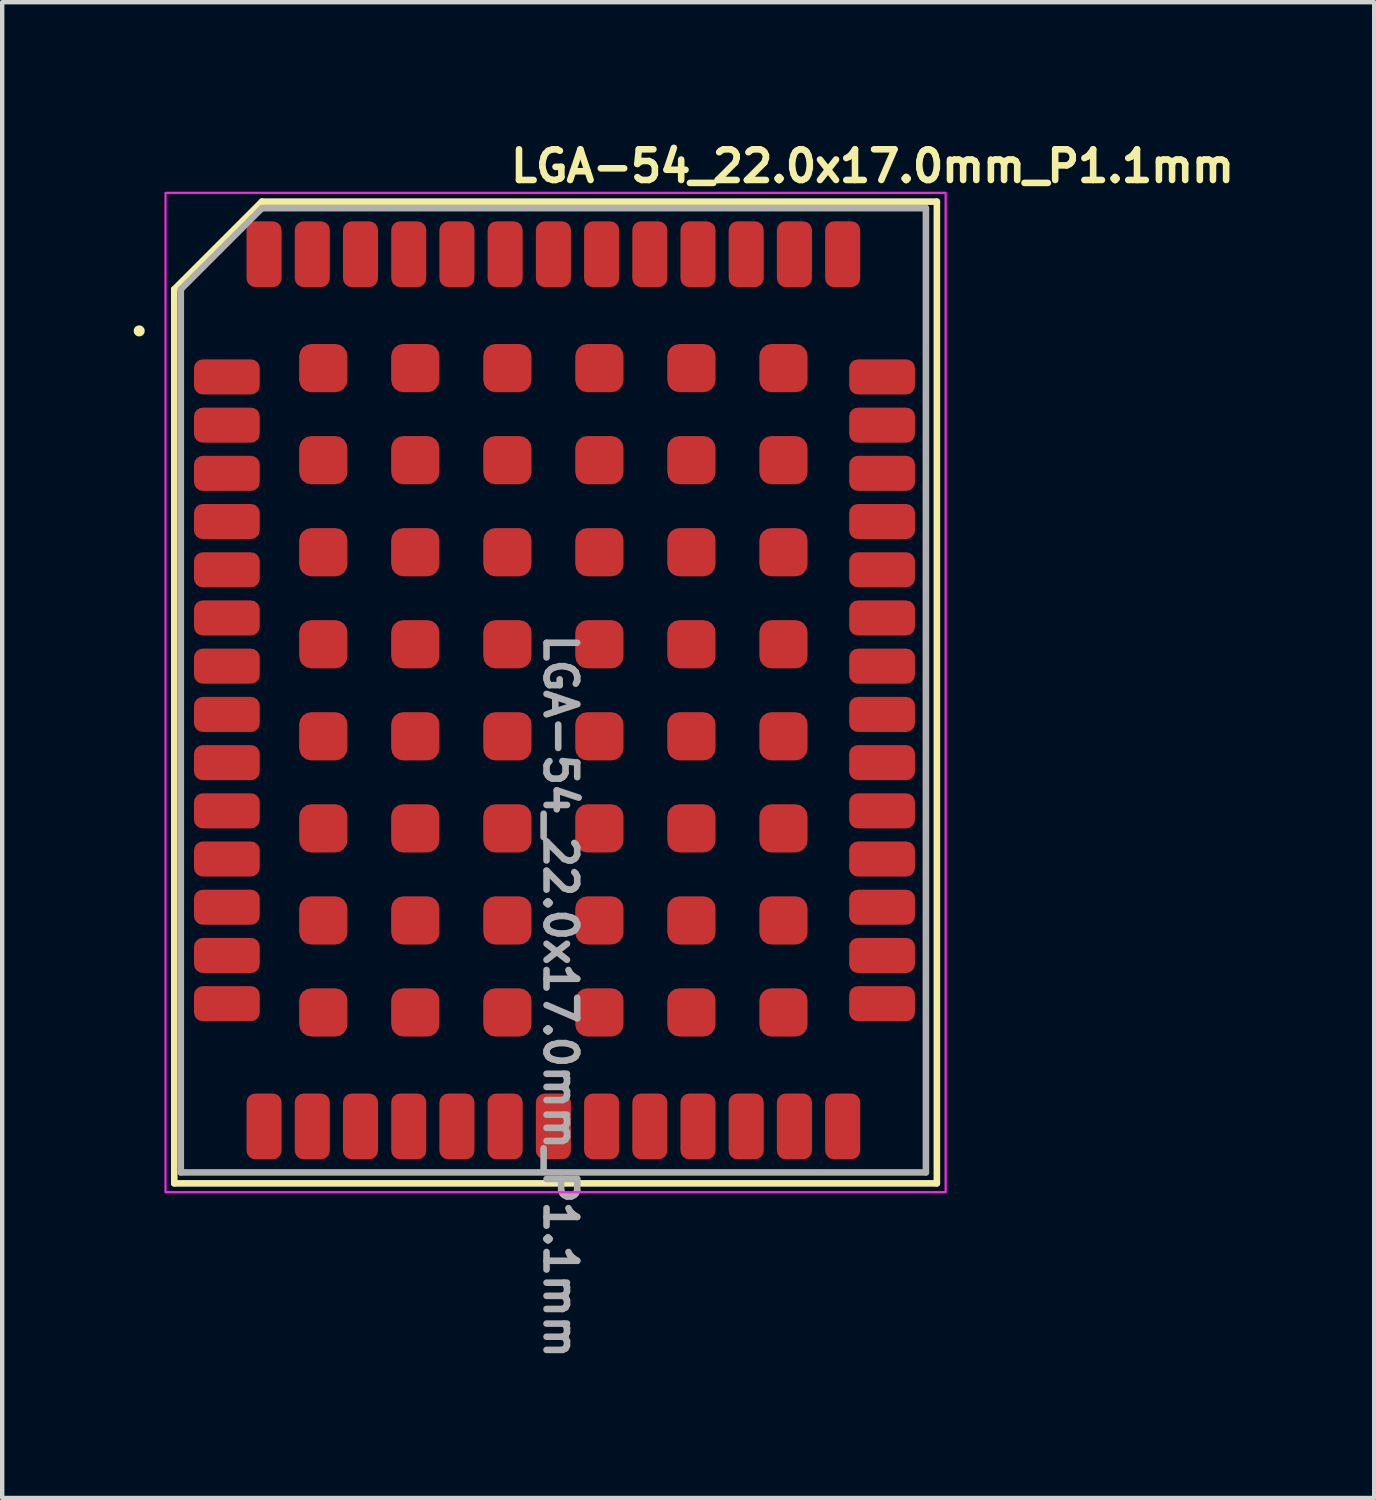
<source format=kicad_pcb>
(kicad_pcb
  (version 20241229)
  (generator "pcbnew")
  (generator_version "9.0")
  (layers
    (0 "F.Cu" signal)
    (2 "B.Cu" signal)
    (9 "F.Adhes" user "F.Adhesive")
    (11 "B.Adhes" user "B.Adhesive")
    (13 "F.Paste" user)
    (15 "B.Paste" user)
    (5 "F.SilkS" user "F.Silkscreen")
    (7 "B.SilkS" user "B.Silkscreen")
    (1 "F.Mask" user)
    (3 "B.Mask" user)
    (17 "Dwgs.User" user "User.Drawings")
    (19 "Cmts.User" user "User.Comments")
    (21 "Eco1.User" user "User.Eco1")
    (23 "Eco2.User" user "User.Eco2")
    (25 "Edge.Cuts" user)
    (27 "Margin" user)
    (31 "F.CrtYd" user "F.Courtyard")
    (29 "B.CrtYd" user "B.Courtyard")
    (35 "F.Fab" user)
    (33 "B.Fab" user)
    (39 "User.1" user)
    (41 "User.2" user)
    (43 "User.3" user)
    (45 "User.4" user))
  (footprint "LGA-54_22.0x17.0mm_P1.1mm"
    (layer "F.Cu")
    (at 2.126 5.55)
    (property "Reference" "LGA-54_22.0x17.0mm_P1.1mm" (at 6.4 -4.4 0) (unlocked yes) (layer "F.SilkS") (effects (font (size 0.7 0.7) (thickness 0.15)) (justify left bottom)))
    (attr smd)
    (fp_line (start -1.2 -2) (end -1.2 18.399) (stroke (width 0.15) (type solid)) (layer "F.SilkS"))
    (fp_line (start -1.2 18.399) (end 16.199 18.399) (stroke (width 0.15) (type solid)) (layer "F.SilkS"))
    (fp_line (start 0.8 -4) (end -1.2 -2) (stroke (width 0.15) (type solid)) (layer "F.SilkS"))
    (fp_line (start 16.199 -4) (end 0.8 -4) (stroke (width 0.15) (type solid)) (layer "F.SilkS"))
    (fp_line (start 16.199 18.399) (end 16.199 -4) (stroke (width 0.15) (type solid)) (layer "F.SilkS"))
    (fp_circle (center -2 -1.05) (end -1.949 -1.05) (stroke (width 0.15) (type solid)) (fill yes) (layer "F.SilkS"))
    (fp_rect (start 16.4 -4.2) (end -1.4 18.6) (stroke (width 0.05) (type solid)) (fill no) (layer "F.CrtYd"))
    (fp_line (start -1.051 -2) (end -1.051 18.149) (stroke (width 0.15) (type solid)) (layer "F.Fab"))
    (fp_line (start -1.051 -2) (end 0.8 -3.851) (stroke (width 0.15) (type solid)) (layer "F.Fab"))
    (fp_line (start -1.051 18.149) (end 15.949 18.149) (stroke (width 0.15) (type solid)) (layer "F.Fab"))
    (fp_line (start 15.949 -3.851) (end 0.8 -3.851) (stroke (width 0.15) (type solid)) (layer "F.Fab"))
    (fp_line (start 15.949 18.149) (end 15.949 -3.851) (stroke (width 0.15) (type solid)) (layer "F.Fab"))
    (fp_text user "${REFERENCE}" (at 7.2 5.8 270) (unlocked yes) (layer "F.Fab") (effects (font (size 0.7 0.7) (thickness 0.15)) (justify left bottom)))
    (pad "1" smd roundrect (at 0 0) (size 1.5 0.8) (layers "F.Cu" "F.Mask" "F.Paste") (roundrect_rratio 0.25))
    (pad "2" smd roundrect (at 0 1.1) (size 1.5 0.8) (layers "F.Cu" "F.Mask" "F.Paste") (roundrect_rratio 0.25))
    (pad "3" smd roundrect (at 0 2.2) (size 1.5 0.8) (layers "F.Cu" "F.Mask" "F.Paste") (roundrect_rratio 0.25))
    (pad "4" smd roundrect (at 0 3.299) (size 1.5 0.8) (layers "F.Cu" "F.Mask" "F.Paste") (roundrect_rratio 0.25))
    (pad "5" smd roundrect (at 0 4.4) (size 1.5 0.8) (layers "F.Cu" "F.Mask" "F.Paste") (roundrect_rratio 0.25))
    (pad "6" smd roundrect (at 0 5.499) (size 1.5 0.8) (layers "F.Cu" "F.Mask" "F.Paste") (roundrect_rratio 0.25))
    (pad "7" smd roundrect (at 0 6.599) (size 1.5 0.8) (layers "F.Cu" "F.Mask" "F.Paste") (roundrect_rratio 0.25))
    (pad "8" smd roundrect (at 0 7.7) (size 1.5 0.8) (layers "F.Cu" "F.Mask" "F.Paste") (roundrect_rratio 0.25))
    (pad "9" smd roundrect (at 0 8.8) (size 1.5 0.8) (layers "F.Cu" "F.Mask" "F.Paste") (roundrect_rratio 0.25))
    (pad "10" smd roundrect (at 0 9.9) (size 1.5 0.8) (layers "F.Cu" "F.Mask" "F.Paste") (roundrect_rratio 0.25))
    (pad "11" smd roundrect (at 0 10.999) (size 1.5 0.8) (layers "F.Cu" "F.Mask" "F.Paste") (roundrect_rratio 0.25))
    (pad "12" smd roundrect (at 0 12.099) (size 1.5 0.8) (layers "F.Cu" "F.Mask" "F.Paste") (roundrect_rratio 0.25))
    (pad "13" smd roundrect (at 0 13.199) (size 1.5 0.8) (layers "F.Cu" "F.Mask" "F.Paste") (roundrect_rratio 0.25))
    (pad "14" smd roundrect (at 0 14.3) (size 1.5 0.8) (layers "F.Cu" "F.Mask" "F.Paste") (roundrect_rratio 0.25))
    (pad "15" smd roundrect (at 0.849 17.1 90) (size 1.5 0.8) (layers "F.Cu" "F.Mask" "F.Paste") (roundrect_rratio 0.25))
    (pad "16" smd roundrect (at 1.949 17.1 90) (size 1.5 0.8) (layers "F.Cu" "F.Mask" "F.Paste") (roundrect_rratio 0.25))
    (pad "17" smd roundrect (at 3.049 17.1 90) (size 1.5 0.8) (layers "F.Cu" "F.Mask" "F.Paste") (roundrect_rratio 0.25))
    (pad "18" smd roundrect (at 4.15 17.1 90) (size 1.5 0.8) (layers "F.Cu" "F.Mask" "F.Paste") (roundrect_rratio 0.25))
    (pad "19" smd roundrect (at 5.249 17.1 90) (size 1.5 0.8) (layers "F.Cu" "F.Mask" "F.Paste") (roundrect_rratio 0.25))
    (pad "20" smd roundrect (at 6.349 17.1 90) (size 1.5 0.8) (layers "F.Cu" "F.Mask" "F.Paste") (roundrect_rratio 0.25))
    (pad "21" smd roundrect (at 7.45 17.1 90) (size 1.5 0.8) (layers "F.Cu" "F.Mask" "F.Paste") (roundrect_rratio 0.25))
    (pad "22" smd roundrect (at 8.55 17.1 90) (size 1.5 0.8) (layers "F.Cu" "F.Mask" "F.Paste") (roundrect_rratio 0.25))
    (pad "23" smd roundrect (at 9.65 17.1 90) (size 1.5 0.8) (layers "F.Cu" "F.Mask" "F.Paste") (roundrect_rratio 0.25))
    (pad "24" smd roundrect (at 10.749 17.1 90) (size 1.5 0.8) (layers "F.Cu" "F.Mask" "F.Paste") (roundrect_rratio 0.25))
    (pad "25" smd roundrect (at 11.849 17.1 90) (size 1.5 0.8) (layers "F.Cu" "F.Mask" "F.Paste") (roundrect_rratio 0.25))
    (pad "26" smd roundrect (at 12.949 17.1 90) (size 1.5 0.8) (layers "F.Cu" "F.Mask" "F.Paste") (roundrect_rratio 0.25))
    (pad "27" smd roundrect (at 14.05 17.1 90) (size 1.5 0.8) (layers "F.Cu" "F.Mask" "F.Paste") (roundrect_rratio 0.25))
    (pad "28" smd roundrect (at 14.949 14.3) (size 1.5 0.8) (layers "F.Cu" "F.Mask" "F.Paste") (roundrect_rratio 0.25))
    (pad "29" smd roundrect (at 14.949 13.199) (size 1.5 0.8) (layers "F.Cu" "F.Mask" "F.Paste") (roundrect_rratio 0.25))
    (pad "30" smd roundrect (at 14.949 12.099) (size 1.5 0.8) (layers "F.Cu" "F.Mask" "F.Paste") (roundrect_rratio 0.25))
    (pad "31" smd roundrect (at 14.949 10.999) (size 1.5 0.8) (layers "F.Cu" "F.Mask" "F.Paste") (roundrect_rratio 0.25))
    (pad "32" smd roundrect (at 14.949 9.9) (size 1.5 0.8) (layers "F.Cu" "F.Mask" "F.Paste") (roundrect_rratio 0.25))
    (pad "33" smd roundrect (at 14.949 8.8) (size 1.5 0.8) (layers "F.Cu" "F.Mask" "F.Paste") (roundrect_rratio 0.25))
    (pad "34" smd roundrect (at 14.949 7.7) (size 1.5 0.8) (layers "F.Cu" "F.Mask" "F.Paste") (roundrect_rratio 0.25))
    (pad "35" smd roundrect (at 14.949 6.599) (size 1.5 0.8) (layers "F.Cu" "F.Mask" "F.Paste") (roundrect_rratio 0.25))
    (pad "36" smd roundrect (at 14.949 5.499) (size 1.5 0.8) (layers "F.Cu" "F.Mask" "F.Paste") (roundrect_rratio 0.25))
    (pad "37" smd roundrect (at 14.949 4.4) (size 1.5 0.8) (layers "F.Cu" "F.Mask" "F.Paste") (roundrect_rratio 0.25))
    (pad "38" smd roundrect (at 14.949 3.299) (size 1.5 0.8) (layers "F.Cu" "F.Mask" "F.Paste") (roundrect_rratio 0.25))
    (pad "39" smd roundrect (at 14.949 2.2) (size 1.5 0.8) (layers "F.Cu" "F.Mask" "F.Paste") (roundrect_rratio 0.25))
    (pad "40" smd roundrect (at 14.949 1.1) (size 1.5 0.8) (layers "F.Cu" "F.Mask" "F.Paste") (roundrect_rratio 0.25))
    (pad "41" smd roundrect (at 14.949 0) (size 1.5 0.8) (layers "F.Cu" "F.Mask" "F.Paste") (roundrect_rratio 0.25))
    (pad "42" smd roundrect (at 14.05 -2.8 90) (size 1.5 0.8) (layers "F.Cu" "F.Mask" "F.Paste") (roundrect_rratio 0.25))
    (pad "43" smd roundrect (at 12.949 -2.8 90) (size 1.5 0.8) (layers "F.Cu" "F.Mask" "F.Paste") (roundrect_rratio 0.25))
    (pad "44" smd roundrect (at 11.849 -2.8 90) (size 1.5 0.8) (layers "F.Cu" "F.Mask" "F.Paste") (roundrect_rratio 0.25))
    (pad "45" smd roundrect (at 10.749 -2.8 90) (size 1.5 0.8) (layers "F.Cu" "F.Mask" "F.Paste") (roundrect_rratio 0.25))
    (pad "46" smd roundrect (at 9.65 -2.8 90) (size 1.5 0.8) (layers "F.Cu" "F.Mask" "F.Paste") (roundrect_rratio 0.25))
    (pad "47" smd roundrect (at 8.55 -2.8 90) (size 1.5 0.8) (layers "F.Cu" "F.Mask" "F.Paste") (roundrect_rratio 0.25))
    (pad "48" smd roundrect (at 7.45 -2.8 90) (size 1.5 0.8) (layers "F.Cu" "F.Mask" "F.Paste") (roundrect_rratio 0.25))
    (pad "49" smd roundrect (at 6.349 -2.8 90) (size 1.5 0.8) (layers "F.Cu" "F.Mask" "F.Paste") (roundrect_rratio 0.25))
    (pad "50" smd roundrect (at 5.249 -2.8 90) (size 1.5 0.8) (layers "F.Cu" "F.Mask" "F.Paste") (roundrect_rratio 0.25))
    (pad "51" smd roundrect (at 4.15 -2.8 90) (size 1.5 0.8) (layers "F.Cu" "F.Mask" "F.Paste") (roundrect_rratio 0.25))
    (pad "52" smd roundrect (at 3.049 -2.8 90) (size 1.5 0.8) (layers "F.Cu" "F.Mask" "F.Paste") (roundrect_rratio 0.25))
    (pad "53" smd roundrect (at 1.949 -2.8 90) (size 1.5 0.8) (layers "F.Cu" "F.Mask" "F.Paste") (roundrect_rratio 0.25))
    (pad "54" smd roundrect (at 0.849 -2.8 90) (size 1.5 0.8) (layers "F.Cu" "F.Mask" "F.Paste") (roundrect_rratio 0.25))
    (pad "55" smd roundrect (at 2.2 -0.201 90) (size 1.1 1.1) (layers "F.Cu" "F.Mask" "F.Paste") (roundrect_rratio 0.25))
    (pad "55" smd roundrect (at 2.2 1.899 90) (size 1.1 1.1) (layers "F.Cu" "F.Mask" "F.Paste") (roundrect_rratio 0.25))
    (pad "55" smd roundrect (at 2.2 3.999 270) (size 1.1 1.1) (layers "F.Cu" "F.Mask" "F.Paste") (roundrect_rratio 0.25))
    (pad "55" smd roundrect (at 2.2 6.099 270) (size 1.1 1.1) (layers "F.Cu" "F.Mask" "F.Paste") (roundrect_rratio 0.25))
    (pad "55" smd roundrect (at 2.2 8.199 90) (size 1.1 1.1) (layers "F.Cu" "F.Mask" "F.Paste") (roundrect_rratio 0.25))
    (pad "55" smd roundrect (at 2.2 10.3 90) (size 1.1 1.1) (layers "F.Cu" "F.Mask" "F.Paste") (roundrect_rratio 0.25))
    (pad "55" smd roundrect (at 2.2 12.4 270) (size 1.1 1.1) (layers "F.Cu" "F.Mask" "F.Paste") (roundrect_rratio 0.25))
    (pad "55" smd roundrect (at 2.2 14.499 270) (size 1.1 1.1) (layers "F.Cu" "F.Mask" "F.Paste") (roundrect_rratio 0.25))
    (pad "55" smd roundrect (at 4.299 -0.201 90) (size 1.1 1.1) (layers "F.Cu" "F.Mask" "F.Paste") (roundrect_rratio 0.25))
    (pad "55" smd roundrect (at 4.299 1.899 90) (size 1.1 1.1) (layers "F.Cu" "F.Mask" "F.Paste") (roundrect_rratio 0.25))
    (pad "55" smd roundrect (at 4.299 3.999 270) (size 1.1 1.1) (layers "F.Cu" "F.Mask" "F.Paste") (roundrect_rratio 0.25))
    (pad "55" smd roundrect (at 4.299 6.099 270) (size 1.1 1.1) (layers "F.Cu" "F.Mask" "F.Paste") (roundrect_rratio 0.25))
    (pad "55" smd roundrect (at 4.299 8.199 90) (size 1.1 1.1) (layers "F.Cu" "F.Mask" "F.Paste") (roundrect_rratio 0.25))
    (pad "55" smd roundrect (at 4.299 10.3 90) (size 1.1 1.1) (layers "F.Cu" "F.Mask" "F.Paste") (roundrect_rratio 0.25))
    (pad "55" smd roundrect (at 4.299 12.4 270) (size 1.1 1.1) (layers "F.Cu" "F.Mask" "F.Paste") (roundrect_rratio 0.25))
    (pad "55" smd roundrect (at 4.299 14.499 270) (size 1.1 1.1) (layers "F.Cu" "F.Mask" "F.Paste") (roundrect_rratio 0.25))
    (pad "55" smd roundrect (at 6.4 -0.201 90) (size 1.1 1.1) (layers "F.Cu" "F.Mask" "F.Paste") (roundrect_rratio 0.25))
    (pad "55" smd roundrect (at 6.4 1.899 90) (size 1.1 1.1) (layers "F.Cu" "F.Mask" "F.Paste") (roundrect_rratio 0.25))
    (pad "55" smd roundrect (at 6.4 3.999 270) (size 1.1 1.1) (layers "F.Cu" "F.Mask" "F.Paste") (roundrect_rratio 0.25))
    (pad "55" smd roundrect (at 6.4 6.099 270) (size 1.1 1.1) (layers "F.Cu" "F.Mask" "F.Paste") (roundrect_rratio 0.25))
    (pad "55" smd roundrect (at 6.4 8.199 90) (size 1.1 1.1) (layers "F.Cu" "F.Mask" "F.Paste") (roundrect_rratio 0.25))
    (pad "55" smd roundrect (at 6.4 10.3 90) (size 1.1 1.1) (layers "F.Cu" "F.Mask" "F.Paste") (roundrect_rratio 0.25))
    (pad "55" smd roundrect (at 6.4 12.4 270) (size 1.1 1.1) (layers "F.Cu" "F.Mask" "F.Paste") (roundrect_rratio 0.25))
    (pad "55" smd roundrect (at 6.4 14.499 270) (size 1.1 1.1) (layers "F.Cu" "F.Mask" "F.Paste") (roundrect_rratio 0.25))
    (pad "55" smd roundrect (at 8.499 -0.201 90) (size 1.1 1.1) (layers "F.Cu" "F.Mask" "F.Paste") (roundrect_rratio 0.25))
    (pad "55" smd roundrect (at 8.499 1.899 90) (size 1.1 1.1) (layers "F.Cu" "F.Mask" "F.Paste") (roundrect_rratio 0.25))
    (pad "55" smd roundrect (at 8.499 3.999 270) (size 1.1 1.1) (layers "F.Cu" "F.Mask" "F.Paste") (roundrect_rratio 0.25))
    (pad "55" smd roundrect (at 8.499 6.099 270) (size 1.1 1.1) (layers "F.Cu" "F.Mask" "F.Paste") (roundrect_rratio 0.25))
    (pad "55" smd roundrect (at 8.499 8.199 90) (size 1.1 1.1) (layers "F.Cu" "F.Mask" "F.Paste") (roundrect_rratio 0.25))
    (pad "55" smd roundrect (at 8.499 10.3 90) (size 1.1 1.1) (layers "F.Cu" "F.Mask" "F.Paste") (roundrect_rratio 0.25))
    (pad "55" smd roundrect (at 8.499 12.4 270) (size 1.1 1.1) (layers "F.Cu" "F.Mask" "F.Paste") (roundrect_rratio 0.25))
    (pad "55" smd roundrect (at 8.499 14.499 270) (size 1.1 1.1) (layers "F.Cu" "F.Mask" "F.Paste") (roundrect_rratio 0.25))
    (pad "55" smd roundrect (at 10.599 -0.201 90) (size 1.1 1.1) (layers "F.Cu" "F.Mask" "F.Paste") (roundrect_rratio 0.25))
    (pad "55" smd roundrect (at 10.599 1.899 90) (size 1.1 1.1) (layers "F.Cu" "F.Mask" "F.Paste") (roundrect_rratio 0.25))
    (pad "55" smd roundrect (at 10.599 3.999 270) (size 1.1 1.1) (layers "F.Cu" "F.Mask" "F.Paste") (roundrect_rratio 0.25))
    (pad "55" smd roundrect (at 10.599 6.099 270) (size 1.1 1.1) (layers "F.Cu" "F.Mask" "F.Paste") (roundrect_rratio 0.25))
    (pad "55" smd roundrect (at 10.599 8.199 90) (size 1.1 1.1) (layers "F.Cu" "F.Mask" "F.Paste") (roundrect_rratio 0.25))
    (pad "55" smd roundrect (at 10.599 10.3 90) (size 1.1 1.1) (layers "F.Cu" "F.Mask" "F.Paste") (roundrect_rratio 0.25))
    (pad "55" smd roundrect (at 10.599 12.4 270) (size 1.1 1.1) (layers "F.Cu" "F.Mask" "F.Paste") (roundrect_rratio 0.25))
    (pad "55" smd roundrect (at 10.599 14.499 270) (size 1.1 1.1) (layers "F.Cu" "F.Mask" "F.Paste") (roundrect_rratio 0.25))
    (pad "55" smd roundrect (at 12.699 -0.201 90) (size 1.1 1.1) (layers "F.Cu" "F.Mask" "F.Paste") (roundrect_rratio 0.25))
    (pad "55" smd roundrect (at 12.699 1.899 90) (size 1.1 1.1) (layers "F.Cu" "F.Mask" "F.Paste") (roundrect_rratio 0.25))
    (pad "55" smd roundrect (at 12.699 3.999 270) (size 1.1 1.1) (layers "F.Cu" "F.Mask" "F.Paste") (roundrect_rratio 0.25))
    (pad "55" smd roundrect (at 12.699 6.099 270) (size 1.1 1.1) (layers "F.Cu" "F.Mask" "F.Paste") (roundrect_rratio 0.25))
    (pad "55" smd roundrect (at 12.699 8.199 90) (size 1.1 1.1) (layers "F.Cu" "F.Mask" "F.Paste") (roundrect_rratio 0.25))
    (pad "55" smd roundrect (at 12.699 10.3 90) (size 1.1 1.1) (layers "F.Cu" "F.Mask" "F.Paste") (roundrect_rratio 0.25))
    (pad "55" smd roundrect (at 12.699 12.4 270) (size 1.1 1.1) (layers "F.Cu" "F.Mask" "F.Paste") (roundrect_rratio 0.25))
    (pad "55" smd roundrect (at 12.699 14.499 270) (size 1.1 1.1) (layers "F.Cu" "F.Mask" "F.Paste") (roundrect_rratio 0.25)))
  (gr_rect
    (start -3 -3)
    (end 28.303 31.127)
    (stroke (width 0.1) (type default))
    (fill no)
    (layer "Edge.Cuts")))
</source>
